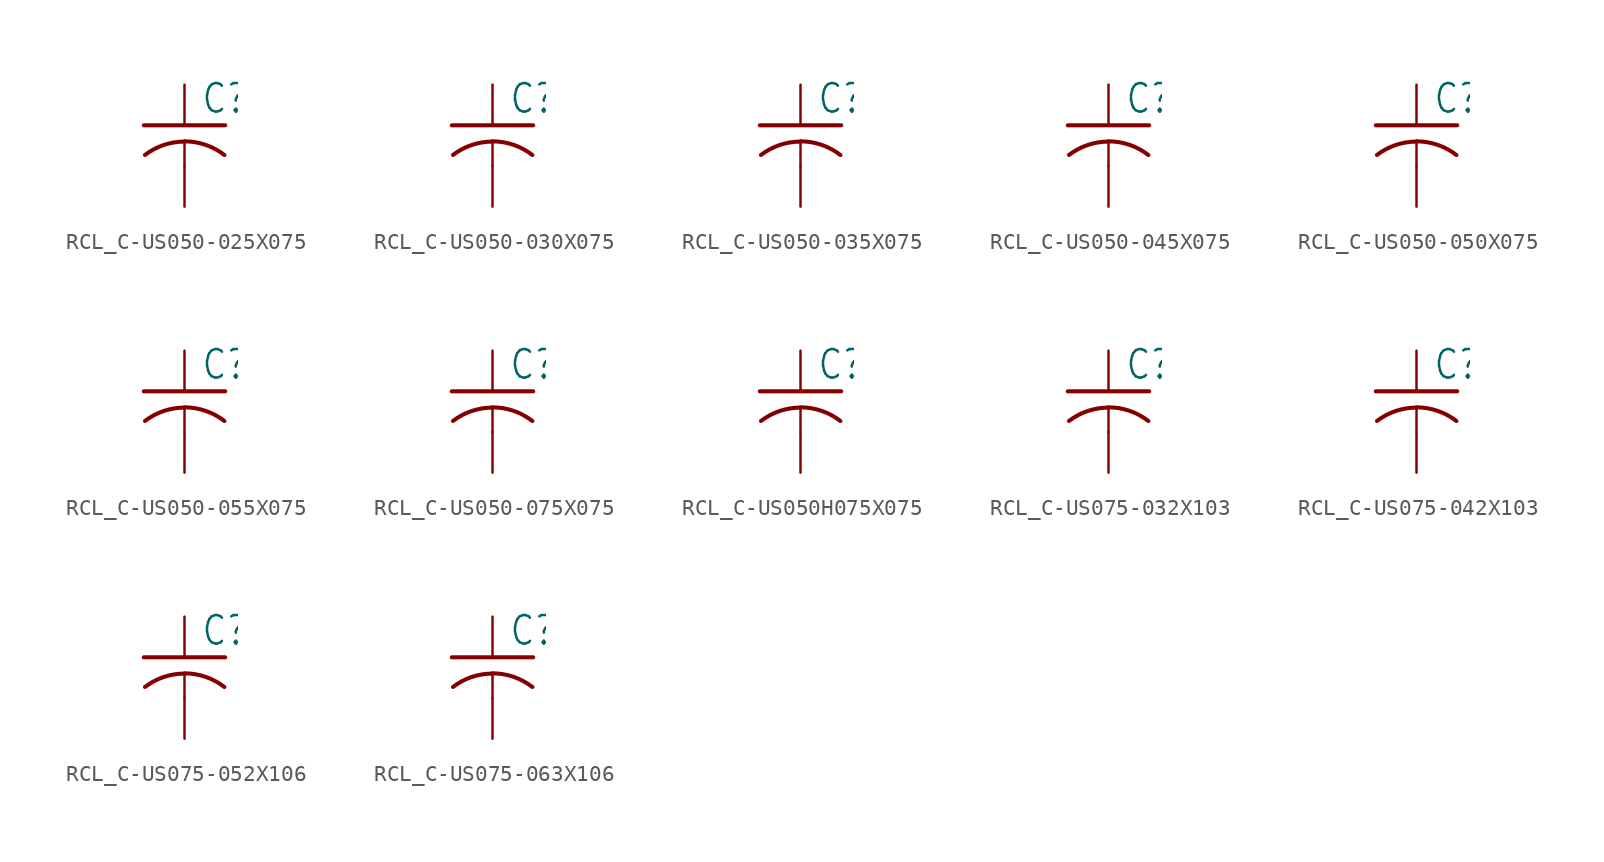
<source format=kicad_sym>
(kicad_symbol_lib
  (version 20220914)
  (generator kicad_symbol_editor)
  (symbol "RCL_C-US050-025X075"
    (property "Reference" "C"
      (at 1.016 0.635 0)
      (effects (font (size 1.778 1.511)) (justify left bottom)))
    (property "Value" ""
      (at 1.016 -4.191 0)
      (effects (font (size 1.778 1.511)) (justify left bottom)))
    (property "ki_locked" ""
      (at 0 0 0)
      (effects (font (size 1.27 1.27))))
    (symbol "RCL_C-US050-025X075_1_0"
      (arc (start 0 -1.0161) (mid -1.302 -1.2303) (end -2.4668 -1.8504) (stroke (width 0.254) (type solid)) (fill (type none)))
      (polyline (pts (xy -2.54 0) (xy 2.54 0)) (stroke (width 0.254) (type solid)) (fill (type none)))
      (polyline (pts (xy 0 -1.016) (xy 0 -2.54)) (stroke (width 0.152) (type solid)) (fill (type none)))
      (polyline (pts (xy 0 -1.016) (xy 0 -1.016)) (stroke (width 0.152) (type solid)) (fill (type none)))
      (arc (start 2.4892 -1.8541) (mid 1.3158 -1.2194) (end 0 -1) (stroke (width 0.254) (type solid)) (fill (type none)))
      (pin passive line (at 0 2.54 270) (length 2.54) (name "1" (effects (font (size 0 0)))) (number "1" (effects (font (size 0 0)))))
      (pin passive line (at 0 -5.08 90) (length 2.54) (name "2" (effects (font (size 0 0)))) (number "2" (effects (font (size 0 0)))))))
  (symbol "RCL_C-US050-030X075"
    (property "Reference" "C"
      (at 1.016 0.635 0)
      (effects (font (size 1.778 1.511)) (justify left bottom)))
    (property "Value" ""
      (at 1.016 -4.191 0)
      (effects (font (size 1.778 1.511)) (justify left bottom)))
    (property "ki_locked" ""
      (at 0 0 0)
      (effects (font (size 1.27 1.27))))
    (symbol "RCL_C-US050-030X075_1_0"
      (arc (start 0 -1.0161) (mid -1.302 -1.2303) (end -2.4668 -1.8504) (stroke (width 0.254) (type solid)) (fill (type none)))
      (polyline (pts (xy -2.54 0) (xy 2.54 0)) (stroke (width 0.254) (type solid)) (fill (type none)))
      (polyline (pts (xy 0 -1.016) (xy 0 -2.54)) (stroke (width 0.152) (type solid)) (fill (type none)))
      (polyline (pts (xy 0 -1.016) (xy 0 -1.016)) (stroke (width 0.152) (type solid)) (fill (type none)))
      (arc (start 2.4892 -1.8541) (mid 1.3158 -1.2194) (end 0 -1) (stroke (width 0.254) (type solid)) (fill (type none)))
      (pin passive line (at 0 2.54 270) (length 2.54) (name "1" (effects (font (size 0 0)))) (number "1" (effects (font (size 0 0)))))
      (pin passive line (at 0 -5.08 90) (length 2.54) (name "2" (effects (font (size 0 0)))) (number "2" (effects (font (size 0 0)))))))
  (symbol "RCL_C-US050-035X075"
    (property "Reference" "C"
      (at 1.016 0.635 0)
      (effects (font (size 1.778 1.511)) (justify left bottom)))
    (property "Value" ""
      (at 1.016 -4.191 0)
      (effects (font (size 1.778 1.511)) (justify left bottom)))
    (property "ki_locked" ""
      (at 0 0 0)
      (effects (font (size 1.27 1.27))))
    (symbol "RCL_C-US050-035X075_1_0"
      (arc (start 0 -1.0161) (mid -1.302 -1.2303) (end -2.4668 -1.8504) (stroke (width 0.254) (type solid)) (fill (type none)))
      (polyline (pts (xy -2.54 0) (xy 2.54 0)) (stroke (width 0.254) (type solid)) (fill (type none)))
      (polyline (pts (xy 0 -1.016) (xy 0 -2.54)) (stroke (width 0.152) (type solid)) (fill (type none)))
      (polyline (pts (xy 0 -1.016) (xy 0 -1.016)) (stroke (width 0.152) (type solid)) (fill (type none)))
      (arc (start 2.4892 -1.8541) (mid 1.3158 -1.2194) (end 0 -1) (stroke (width 0.254) (type solid)) (fill (type none)))
      (pin passive line (at 0 2.54 270) (length 2.54) (name "1" (effects (font (size 0 0)))) (number "1" (effects (font (size 0 0)))))
      (pin passive line (at 0 -5.08 90) (length 2.54) (name "2" (effects (font (size 0 0)))) (number "2" (effects (font (size 0 0)))))))
  (symbol "RCL_C-US050-045X075"
    (property "Reference" "C"
      (at 1.016 0.635 0)
      (effects (font (size 1.778 1.511)) (justify left bottom)))
    (property "Value" ""
      (at 1.016 -4.191 0)
      (effects (font (size 1.778 1.511)) (justify left bottom)))
    (property "ki_locked" ""
      (at 0 0 0)
      (effects (font (size 1.27 1.27))))
    (symbol "RCL_C-US050-045X075_1_0"
      (arc (start 0 -1.0161) (mid -1.302 -1.2303) (end -2.4668 -1.8504) (stroke (width 0.254) (type solid)) (fill (type none)))
      (polyline (pts (xy -2.54 0) (xy 2.54 0)) (stroke (width 0.254) (type solid)) (fill (type none)))
      (polyline (pts (xy 0 -1.016) (xy 0 -2.54)) (stroke (width 0.152) (type solid)) (fill (type none)))
      (polyline (pts (xy 0 -1.016) (xy 0 -1.016)) (stroke (width 0.152) (type solid)) (fill (type none)))
      (arc (start 2.4892 -1.8541) (mid 1.3158 -1.2194) (end 0 -1) (stroke (width 0.254) (type solid)) (fill (type none)))
      (pin passive line (at 0 2.54 270) (length 2.54) (name "1" (effects (font (size 0 0)))) (number "1" (effects (font (size 0 0)))))
      (pin passive line (at 0 -5.08 90) (length 2.54) (name "2" (effects (font (size 0 0)))) (number "2" (effects (font (size 0 0)))))))
  (symbol "RCL_C-US050-050X075"
    (property "Reference" "C"
      (at 1.016 0.635 0)
      (effects (font (size 1.778 1.511)) (justify left bottom)))
    (property "Value" ""
      (at 1.016 -4.191 0)
      (effects (font (size 1.778 1.511)) (justify left bottom)))
    (property "ki_locked" ""
      (at 0 0 0)
      (effects (font (size 1.27 1.27))))
    (symbol "RCL_C-US050-050X075_1_0"
      (arc (start 0 -1.0161) (mid -1.302 -1.2303) (end -2.4668 -1.8504) (stroke (width 0.254) (type solid)) (fill (type none)))
      (polyline (pts (xy -2.54 0) (xy 2.54 0)) (stroke (width 0.254) (type solid)) (fill (type none)))
      (polyline (pts (xy 0 -1.016) (xy 0 -2.54)) (stroke (width 0.152) (type solid)) (fill (type none)))
      (polyline (pts (xy 0 -1.016) (xy 0 -1.016)) (stroke (width 0.152) (type solid)) (fill (type none)))
      (arc (start 2.4892 -1.8541) (mid 1.3158 -1.2194) (end 0 -1) (stroke (width 0.254) (type solid)) (fill (type none)))
      (pin passive line (at 0 2.54 270) (length 2.54) (name "1" (effects (font (size 0 0)))) (number "1" (effects (font (size 0 0)))))
      (pin passive line (at 0 -5.08 90) (length 2.54) (name "2" (effects (font (size 0 0)))) (number "2" (effects (font (size 0 0)))))))
  (symbol "RCL_C-US050-055X075"
    (property "Reference" "C"
      (at 1.016 0.635 0)
      (effects (font (size 1.778 1.511)) (justify left bottom)))
    (property "Value" ""
      (at 1.016 -4.191 0)
      (effects (font (size 1.778 1.511)) (justify left bottom)))
    (property "ki_locked" ""
      (at 0 0 0)
      (effects (font (size 1.27 1.27))))
    (symbol "RCL_C-US050-055X075_1_0"
      (arc (start 0 -1.0161) (mid -1.302 -1.2303) (end -2.4668 -1.8504) (stroke (width 0.254) (type solid)) (fill (type none)))
      (polyline (pts (xy -2.54 0) (xy 2.54 0)) (stroke (width 0.254) (type solid)) (fill (type none)))
      (polyline (pts (xy 0 -1.016) (xy 0 -2.54)) (stroke (width 0.152) (type solid)) (fill (type none)))
      (polyline (pts (xy 0 -1.016) (xy 0 -1.016)) (stroke (width 0.152) (type solid)) (fill (type none)))
      (arc (start 2.4892 -1.8541) (mid 1.3158 -1.2194) (end 0 -1) (stroke (width 0.254) (type solid)) (fill (type none)))
      (pin passive line (at 0 2.54 270) (length 2.54) (name "1" (effects (font (size 0 0)))) (number "1" (effects (font (size 0 0)))))
      (pin passive line (at 0 -5.08 90) (length 2.54) (name "2" (effects (font (size 0 0)))) (number "2" (effects (font (size 0 0)))))))
  (symbol "RCL_C-US050-075X075"
    (property "Reference" "C"
      (at 1.016 0.635 0)
      (effects (font (size 1.778 1.511)) (justify left bottom)))
    (property "Value" ""
      (at 1.016 -4.191 0)
      (effects (font (size 1.778 1.511)) (justify left bottom)))
    (property "ki_locked" ""
      (at 0 0 0)
      (effects (font (size 1.27 1.27))))
    (symbol "RCL_C-US050-075X075_1_0"
      (arc (start 0 -1.0161) (mid -1.302 -1.2303) (end -2.4668 -1.8504) (stroke (width 0.254) (type solid)) (fill (type none)))
      (polyline (pts (xy -2.54 0) (xy 2.54 0)) (stroke (width 0.254) (type solid)) (fill (type none)))
      (polyline (pts (xy 0 -1.016) (xy 0 -2.54)) (stroke (width 0.152) (type solid)) (fill (type none)))
      (polyline (pts (xy 0 -1.016) (xy 0 -1.016)) (stroke (width 0.152) (type solid)) (fill (type none)))
      (arc (start 2.4892 -1.8541) (mid 1.3158 -1.2194) (end 0 -1) (stroke (width 0.254) (type solid)) (fill (type none)))
      (pin passive line (at 0 2.54 270) (length 2.54) (name "1" (effects (font (size 0 0)))) (number "1" (effects (font (size 0 0)))))
      (pin passive line (at 0 -5.08 90) (length 2.54) (name "2" (effects (font (size 0 0)))) (number "2" (effects (font (size 0 0)))))))
  (symbol "RCL_C-US050H075X075"
    (property "Reference" "C"
      (at 1.016 0.635 0)
      (effects (font (size 1.778 1.511)) (justify left bottom)))
    (property "Value" ""
      (at 1.016 -4.191 0)
      (effects (font (size 1.778 1.511)) (justify left bottom)))
    (property "ki_locked" ""
      (at 0 0 0)
      (effects (font (size 1.27 1.27))))
    (symbol "RCL_C-US050H075X075_1_0"
      (arc (start 0 -1.0161) (mid -1.302 -1.2303) (end -2.4668 -1.8504) (stroke (width 0.254) (type solid)) (fill (type none)))
      (polyline (pts (xy -2.54 0) (xy 2.54 0)) (stroke (width 0.254) (type solid)) (fill (type none)))
      (polyline (pts (xy 0 -1.016) (xy 0 -2.54)) (stroke (width 0.152) (type solid)) (fill (type none)))
      (polyline (pts (xy 0 -1.016) (xy 0 -1.016)) (stroke (width 0.152) (type solid)) (fill (type none)))
      (arc (start 2.4892 -1.8541) (mid 1.3158 -1.2194) (end 0 -1) (stroke (width 0.254) (type solid)) (fill (type none)))
      (pin passive line (at 0 2.54 270) (length 2.54) (name "1" (effects (font (size 0 0)))) (number "1" (effects (font (size 0 0)))))
      (pin passive line (at 0 -5.08 90) (length 2.54) (name "2" (effects (font (size 0 0)))) (number "2" (effects (font (size 0 0)))))))
  (symbol "RCL_C-US075-032X103"
    (property "Reference" "C"
      (at 1.016 0.635 0)
      (effects (font (size 1.778 1.511)) (justify left bottom)))
    (property "Value" ""
      (at 1.016 -4.191 0)
      (effects (font (size 1.778 1.511)) (justify left bottom)))
    (property "ki_locked" ""
      (at 0 0 0)
      (effects (font (size 1.27 1.27))))
    (symbol "RCL_C-US075-032X103_1_0"
      (arc (start 0 -1.0161) (mid -1.302 -1.2303) (end -2.4668 -1.8504) (stroke (width 0.254) (type solid)) (fill (type none)))
      (polyline (pts (xy -2.54 0) (xy 2.54 0)) (stroke (width 0.254) (type solid)) (fill (type none)))
      (polyline (pts (xy 0 -1.016) (xy 0 -2.54)) (stroke (width 0.152) (type solid)) (fill (type none)))
      (polyline (pts (xy 0 -1.016) (xy 0 -1.016)) (stroke (width 0.152) (type solid)) (fill (type none)))
      (arc (start 2.4892 -1.8541) (mid 1.3158 -1.2194) (end 0 -1) (stroke (width 0.254) (type solid)) (fill (type none)))
      (pin passive line (at 0 2.54 270) (length 2.54) (name "1" (effects (font (size 0 0)))) (number "1" (effects (font (size 0 0)))))
      (pin passive line (at 0 -5.08 90) (length 2.54) (name "2" (effects (font (size 0 0)))) (number "2" (effects (font (size 0 0)))))))
  (symbol "RCL_C-US075-042X103"
    (property "Reference" "C"
      (at 1.016 0.635 0)
      (effects (font (size 1.778 1.511)) (justify left bottom)))
    (property "Value" ""
      (at 1.016 -4.191 0)
      (effects (font (size 1.778 1.511)) (justify left bottom)))
    (property "ki_locked" ""
      (at 0 0 0)
      (effects (font (size 1.27 1.27))))
    (symbol "RCL_C-US075-042X103_1_0"
      (arc (start 0 -1.0161) (mid -1.302 -1.2303) (end -2.4668 -1.8504) (stroke (width 0.254) (type solid)) (fill (type none)))
      (polyline (pts (xy -2.54 0) (xy 2.54 0)) (stroke (width 0.254) (type solid)) (fill (type none)))
      (polyline (pts (xy 0 -1.016) (xy 0 -2.54)) (stroke (width 0.152) (type solid)) (fill (type none)))
      (polyline (pts (xy 0 -1.016) (xy 0 -1.016)) (stroke (width 0.152) (type solid)) (fill (type none)))
      (arc (start 2.4892 -1.8541) (mid 1.3158 -1.2194) (end 0 -1) (stroke (width 0.254) (type solid)) (fill (type none)))
      (pin passive line (at 0 2.54 270) (length 2.54) (name "1" (effects (font (size 0 0)))) (number "1" (effects (font (size 0 0)))))
      (pin passive line (at 0 -5.08 90) (length 2.54) (name "2" (effects (font (size 0 0)))) (number "2" (effects (font (size 0 0)))))))
  (symbol "RCL_C-US075-052X106"
    (property "Reference" "C"
      (at 1.016 0.635 0)
      (effects (font (size 1.778 1.511)) (justify left bottom)))
    (property "Value" ""
      (at 1.016 -4.191 0)
      (effects (font (size 1.778 1.511)) (justify left bottom)))
    (property "ki_locked" ""
      (at 0 0 0)
      (effects (font (size 1.27 1.27))))
    (symbol "RCL_C-US075-052X106_1_0"
      (arc (start 0 -1.0161) (mid -1.302 -1.2303) (end -2.4668 -1.8504) (stroke (width 0.254) (type solid)) (fill (type none)))
      (polyline (pts (xy -2.54 0) (xy 2.54 0)) (stroke (width 0.254) (type solid)) (fill (type none)))
      (polyline (pts (xy 0 -1.016) (xy 0 -2.54)) (stroke (width 0.152) (type solid)) (fill (type none)))
      (polyline (pts (xy 0 -1.016) (xy 0 -1.016)) (stroke (width 0.152) (type solid)) (fill (type none)))
      (arc (start 2.4892 -1.8541) (mid 1.3158 -1.2194) (end 0 -1) (stroke (width 0.254) (type solid)) (fill (type none)))
      (pin passive line (at 0 2.54 270) (length 2.54) (name "1" (effects (font (size 0 0)))) (number "1" (effects (font (size 0 0)))))
      (pin passive line (at 0 -5.08 90) (length 2.54) (name "2" (effects (font (size 0 0)))) (number "2" (effects (font (size 0 0)))))))
  (symbol "RCL_C-US075-063X106"
    (property "Reference" "C"
      (at 1.016 0.635 0)
      (effects (font (size 1.778 1.511)) (justify left bottom)))
    (property "Value" ""
      (at 1.016 -4.191 0)
      (effects (font (size 1.778 1.511)) (justify left bottom)))
    (property "ki_locked" ""
      (at 0 0 0)
      (effects (font (size 1.27 1.27))))
    (symbol "RCL_C-US075-063X106_1_0"
      (arc (start 0 -1.0161) (mid -1.302 -1.2303) (end -2.4668 -1.8504) (stroke (width 0.254) (type solid)) (fill (type none)))
      (polyline (pts (xy -2.54 0) (xy 2.54 0)) (stroke (width 0.254) (type solid)) (fill (type none)))
      (polyline (pts (xy 0 -1.016) (xy 0 -2.54)) (stroke (width 0.152) (type solid)) (fill (type none)))
      (polyline (pts (xy 0 -1.016) (xy 0 -1.016)) (stroke (width 0.152) (type solid)) (fill (type none)))
      (arc (start 2.4892 -1.8541) (mid 1.3158 -1.2194) (end 0 -1) (stroke (width 0.254) (type solid)) (fill (type none)))
      (pin passive line (at 0 2.54 270) (length 2.54) (name "1" (effects (font (size 0 0)))) (number "1" (effects (font (size 0 0)))))
      (pin passive line (at 0 -5.08 90) (length 2.54) (name "2" (effects (font (size 0 0)))) (number "2" (effects (font (size 0 0))))))))
</source>
